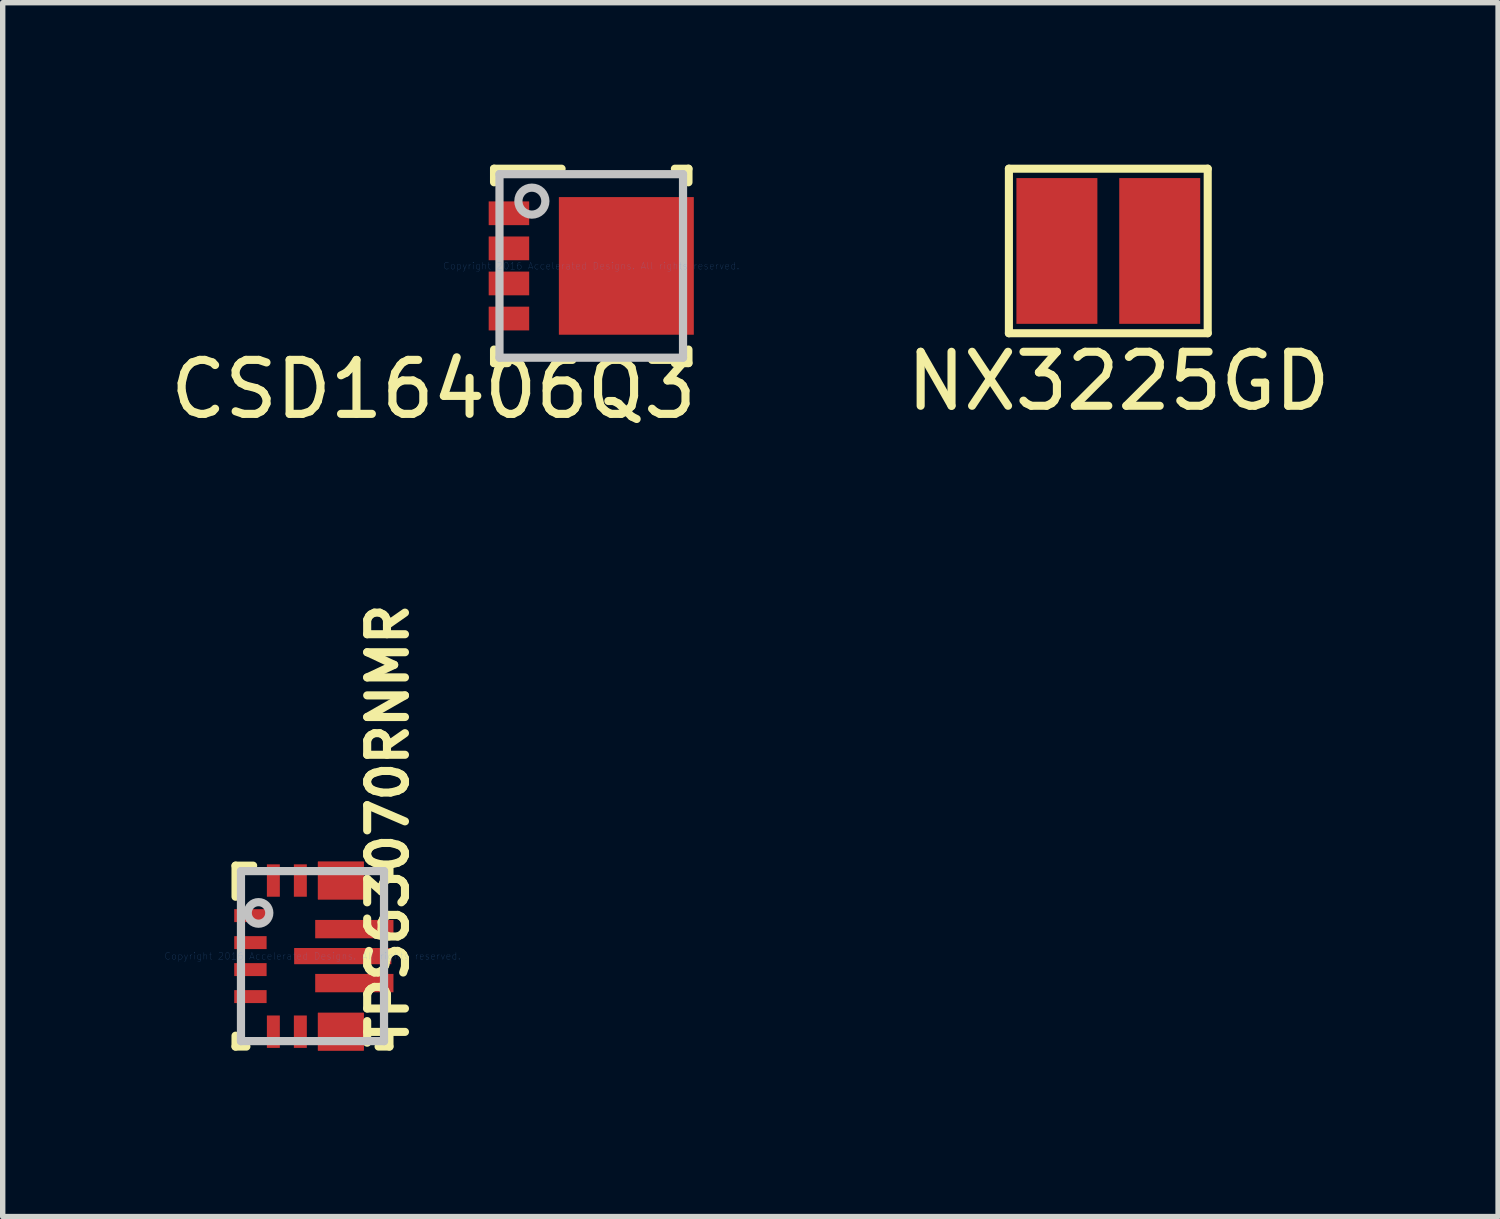
<source format=kicad_pcb>
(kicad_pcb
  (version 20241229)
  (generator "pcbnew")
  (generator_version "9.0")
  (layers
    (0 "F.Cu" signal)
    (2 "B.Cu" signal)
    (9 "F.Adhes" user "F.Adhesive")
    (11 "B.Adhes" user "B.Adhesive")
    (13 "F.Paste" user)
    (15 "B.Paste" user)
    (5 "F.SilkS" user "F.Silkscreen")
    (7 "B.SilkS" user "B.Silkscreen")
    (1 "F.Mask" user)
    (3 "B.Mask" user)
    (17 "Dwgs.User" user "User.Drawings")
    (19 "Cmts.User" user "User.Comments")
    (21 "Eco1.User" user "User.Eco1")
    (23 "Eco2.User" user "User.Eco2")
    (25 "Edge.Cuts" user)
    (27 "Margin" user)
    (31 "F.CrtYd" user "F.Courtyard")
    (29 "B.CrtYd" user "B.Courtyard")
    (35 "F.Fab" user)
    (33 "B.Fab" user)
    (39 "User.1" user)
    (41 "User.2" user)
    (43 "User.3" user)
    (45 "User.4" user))
  (footprint "TPS63070RNMR"
    (placed yes)
    (layer "F.Cu")
    (at 2.739 14.662)
    (property "Reference" "TPS63070RNMR" (at 1.397 -2.413 90) (layer "F.SilkS") (effects (font (size 0.7 0.7) (thickness 0.15))))
    (attr through_hole)
    (fp_line (start -1.425 -1.675) (end -1.1 -1.675) (stroke (width 0.152) (type solid)) (layer "F.SilkS"))
    (fp_line (start -1.425 -1.1) (end -1.425 -1.675) (stroke (width 0.152) (type solid)) (layer "F.SilkS"))
    (fp_line (start -1.425 1.675) (end -1.425 1.475) (stroke (width 0.152) (type solid)) (layer "F.SilkS"))
    (fp_line (start -1.425 1.675) (end -1.225 1.675) (stroke (width 0.152) (type solid)) (layer "F.SilkS"))
    (fp_line (start 1.225 -1.675) (end 1.425 -1.675) (stroke (width 0.152) (type solid)) (layer "F.SilkS"))
    (fp_line (start 1.225 1.675) (end 1.425 1.675) (stroke (width 0.152) (type solid)) (layer "F.SilkS"))
    (fp_line (start 1.425 -1.475) (end 1.425 -1.675) (stroke (width 0.152) (type solid)) (layer "F.SilkS"))
    (fp_line (start 1.425 1.675) (end 1.425 1.475) (stroke (width 0.152) (type solid)) (layer "F.SilkS"))
    (fp_line (start -1.325 -1.575) (end 1.325 -1.575) (stroke (width 0.152) (type solid)) (layer "Dwgs.User"))
    (fp_line (start -1.325 1.575) (end -1.325 -1.575) (stroke (width 0.152) (type solid)) (layer "Dwgs.User"))
    (fp_line (start -1.325 1.575) (end 1.325 1.575) (stroke (width 0.152) (type solid)) (layer "Dwgs.User"))
    (fp_line (start 1.325 1.575) (end 1.325 -1.575) (stroke (width 0.152) (type solid)) (layer "Dwgs.User"))
    (fp_circle (center -1 -0.8) (end -0.8 -0.8) (stroke (width 0.152) (type solid)) (fill no) (layer "Dwgs.User"))
    (fp_text user "Copyright 2016 Accelerated Designs. All rights reserved." (at 0 0 0) (layer "Cmts.User") (effects (font (size 0.127 0.127) (thickness 0.002))))
    (pad "1" smd rect (at -1.15 -0.75 90) (size 0.24 0.6) (layers "F.Cu" "F.Mask"))
    (pad "2" smd rect (at -1.15 -0.25 90) (size 0.24 0.6) (layers "F.Cu" "F.Mask"))
    (pad "3" smd rect (at -1.15 0.25 90) (size 0.24 0.6) (layers "F.Cu" "F.Mask"))
    (pad "4" smd rect (at -1.15 0.75 90) (size 0.24 0.6) (layers "F.Cu" "F.Mask"))
    (pad "5" smd rect (at -0.725 1.4) (size 0.24 0.6) (layers "F.Cu" "F.Mask"))
    (pad "6" smd rect (at -0.225 1.4) (size 0.24 0.6) (layers "F.Cu" "F.Mask"))
    (pad "7" smd rect (at 0.525 1.4 90) (size 0.7 0.85) (layers "F.Cu" "F.Mask"))
    (pad "8" smd rect (at 0.525 1.4 90) (size 0.7 0.85) (layers "F.Cu" "F.Mask"))
    (pad "9" smd rect (at 0.775 0.5 90) (size 0.34 1.45) (layers "F.Cu" "F.Mask"))
    (pad "10" smd rect (at 0.56 0 90) (size 0.3 1.8) (layers "F.Cu" "F.Mask"))
    (pad "11" smd rect (at 0.775 -0.5 90) (size 0.34 1.45) (layers "F.Cu" "F.Mask"))
    (pad "12" smd rect (at 0.525 -1.4 90) (size 0.7 0.85) (layers "F.Cu" "F.Mask"))
    (pad "13" smd rect (at 0.525 -1.4 90) (size 0.7 0.85) (layers "F.Cu" "F.Mask"))
    (pad "14" smd rect (at -0.225 -1.4) (size 0.24 0.6) (layers "F.Cu" "F.Mask"))
    (pad "15" smd rect (at -0.725 -1.4) (size 0.24 0.6) (layers "F.Cu" "F.Mask")))
  (footprint "CSD16406Q3"
    (placed yes)
    (layer "F.Cu")
    (at 7.903 1.876)
    (property "Reference" "CSD16406Q3" (at -2.921 2.286 0) (layer "F.SilkS") (effects (font (size 1 1) (thickness 0.15))))
    (attr through_hole)
    (fp_line (start -1.8 -1.8) (end -0.55 -1.8) (stroke (width 0.152) (type solid)) (layer "F.SilkS"))
    (fp_line (start -1.8 -1.55) (end -1.8 -1.8) (stroke (width 0.152) (type solid)) (layer "F.SilkS"))
    (fp_line (start -1.8 1.8) (end -1.8 1.55) (stroke (width 0.152) (type solid)) (layer "F.SilkS"))
    (fp_line (start -1.8 1.8) (end -1.55 1.8) (stroke (width 0.152) (type solid)) (layer "F.SilkS"))
    (fp_line (start 1.55 -1.8) (end 1.8 -1.8) (stroke (width 0.152) (type solid)) (layer "F.SilkS"))
    (fp_line (start 1.55 1.8) (end 1.8 1.8) (stroke (width 0.152) (type solid)) (layer "F.SilkS"))
    (fp_line (start 1.8 -1.55) (end 1.8 -1.8) (stroke (width 0.152) (type solid)) (layer "F.SilkS"))
    (fp_line (start 1.8 1.8) (end 1.8 1.55) (stroke (width 0.152) (type solid)) (layer "F.SilkS"))
    (fp_line (start -1.7 1.7) (end -1.7 -1.7) (stroke (width 0.152) (type solid)) (layer "Dwgs.User"))
    (fp_line (start -1.7 1.7) (end 1.7 1.7) (stroke (width 0.152) (type solid)) (layer "Dwgs.User"))
    (fp_line (start -1.7 -1.7) (end 1.7 -1.7) (stroke (width 0.152) (type solid)) (layer "Dwgs.User"))
    (fp_line (start 1.7 1.7) (end 1.7 -1.7) (stroke (width 0.152) (type solid)) (layer "Dwgs.User"))
    (fp_circle (center -1.1 -1.2) (end -0.85 -1.2) (stroke (width 0.152) (type solid)) (fill no) (layer "Dwgs.User"))
    (fp_text user "Copyright 2016 Accelerated Designs. All rights reserved." (at 0 0 0) (layer "Cmts.User") (effects (font (size 0.127 0.127) (thickness 0.002))))
    (pad "1" smd rect (at -1.525 -0.975 90) (size 0.44 0.75) (layers "F.Cu" "F.Mask"))
    (pad "2" smd rect (at -1.525 -0.325 90) (size 0.44 0.75) (layers "F.Cu" "F.Mask"))
    (pad "3" smd rect (at -1.525 0.325 90) (size 0.44 0.75) (layers "F.Cu" "F.Mask"))
    (pad "4" smd rect (at -1.525 0.975 90) (size 0.44 0.75) (layers "F.Cu" "F.Mask"))
    (pad "5" smd rect (at 0.65 0) (size 2.5 2.55) (layers "F.Cu" "F.Mask")))
  (footprint "NX3225GD"
    (layer "F.Cu")
    (at 17.418 1.599)
    (property "Reference" "NX3225GD" (at 0.254 2.413 0) (layer "F.SilkS") (effects (font (size 1 1) (thickness 0.15))))
    (attr through_hole)
    (fp_line (start -1.778 -1.524) (end 1.905 -1.524) (stroke (width 0.15) (type solid)) (layer "F.SilkS"))
    (fp_line (start -1.778 1.524) (end -1.778 -1.524) (stroke (width 0.15) (type solid)) (layer "F.SilkS"))
    (fp_line (start 1.905 -1.524) (end 1.905 1.524) (stroke (width 0.15) (type solid)) (layer "F.SilkS"))
    (fp_line (start 1.905 1.524) (end -1.778 1.524) (stroke (width 0.15) (type solid)) (layer "F.SilkS"))
    (pad "1" smd rect (at -0.889 0) (size 1.5 2.7) (layers "F.Cu" "F.Mask" "F.Paste"))
    (pad "2" smd rect (at 1.016 0) (size 1.5 2.7) (layers "F.Cu" "F.Mask" "F.Paste")))
  (gr_rect
    (start -3 -3)
    (end 24.702 19.487)
    (stroke (width 0.1) (type default))
    (fill no)
    (layer "Edge.Cuts")))
</source>
